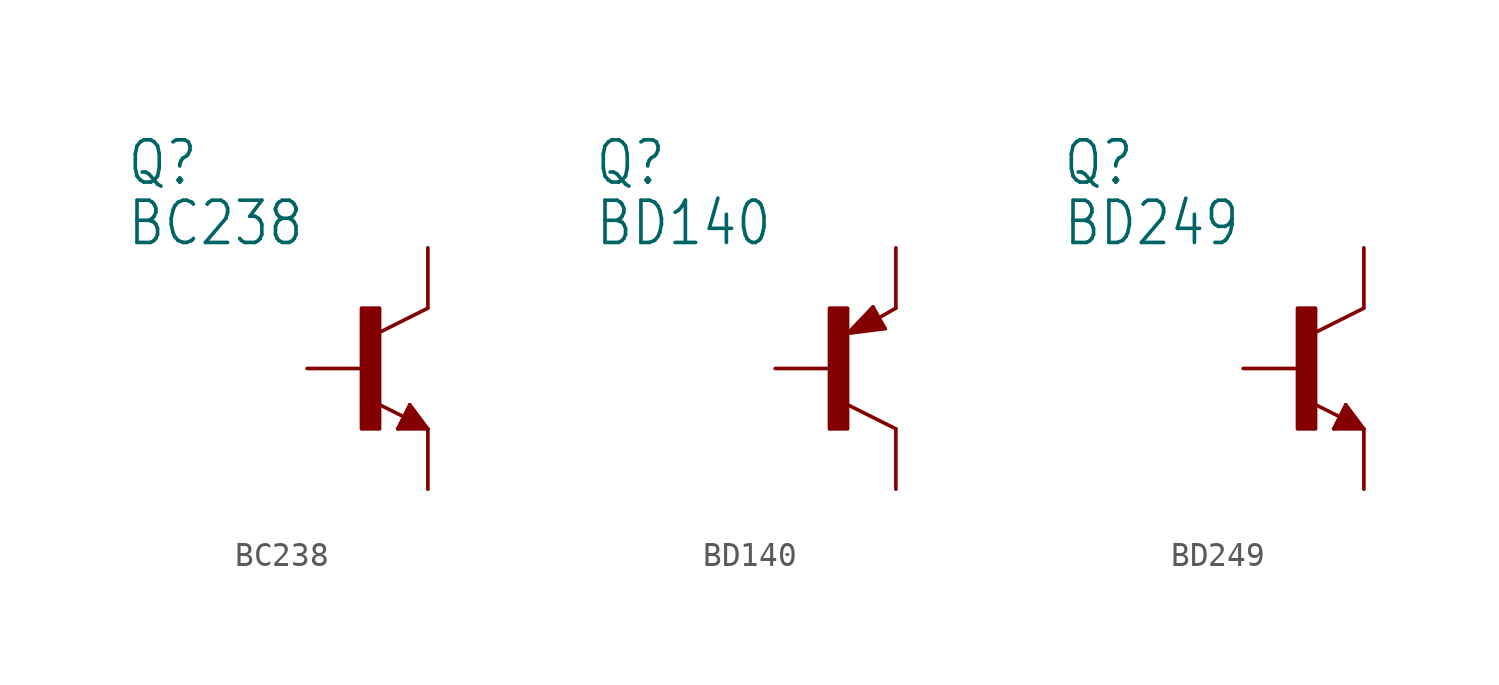
<source format=kicad_sym>
(kicad_symbol_lib
  (version 20211014)
  (generator kicad_symbol_editor)
  (symbol "BC238"
    (property "Reference" "Q"
      (at -10.16 7.62 0)
      (effects (font (size 1.778 1.511)) (justify left bottom)))
    (property "Value" "BC238"
      (at -10.16 5.08 0)
      (effects (font (size 1.778 1.511)) (justify left bottom)))
    (property "ki_locked" ""
      (at 0 0 0)
      (effects (font (size 1.27 1.27))))
    (symbol "BC238_1_0"
      (rectangle (start -0.254 -2.54) (end 0.508 2.54) (stroke (width 0) (type default) (color 0 0 0 0)) (fill (type outline)))
      (polyline (pts (xy 1.27 -2.54) (xy 1.778 -1.524)) (stroke (width 0.152) (type default) (color 0 0 0 0)) (fill (type none)))
      (polyline (pts (xy 1.524 -2.413) (xy 2.286 -2.413)) (stroke (width 0.254) (type default) (color 0 0 0 0)) (fill (type none)))
      (polyline (pts (xy 1.524 -2.286) (xy 1.905 -2.286)) (stroke (width 0.254) (type default) (color 0 0 0 0)) (fill (type none)))
      (polyline (pts (xy 1.54 -2.04) (xy 0.308 -1.424)) (stroke (width 0.152) (type default) (color 0 0 0 0)) (fill (type none)))
      (polyline (pts (xy 1.778 -1.778) (xy 1.524 -2.286)) (stroke (width 0.254) (type default) (color 0 0 0 0)) (fill (type none)))
      (polyline (pts (xy 1.778 -1.524) (xy 2.54 -2.54)) (stroke (width 0.152) (type default) (color 0 0 0 0)) (fill (type none)))
      (polyline (pts (xy 1.905 -2.286) (xy 1.778 -2.032)) (stroke (width 0.254) (type default) (color 0 0 0 0)) (fill (type none)))
      (polyline (pts (xy 2.286 -2.413) (xy 1.778 -1.778)) (stroke (width 0.254) (type default) (color 0 0 0 0)) (fill (type none)))
      (polyline (pts (xy 2.54 -2.54) (xy 1.27 -2.54)) (stroke (width 0.152) (type default) (color 0 0 0 0)) (fill (type none)))
      (polyline (pts (xy 2.54 2.54) (xy 0.508 1.524)) (stroke (width 0.152) (type default) (color 0 0 0 0)) (fill (type none)))
      (pin passive line (at 2.54 -5.08 90) (length 2.54) (name "E" (effects (font (size 0 0)))) (number "1" (effects (font (size 0 0)))))
      (pin passive line (at -2.54 0 0) (length 2.54) (name "B" (effects (font (size 0 0)))) (number "2" (effects (font (size 0 0)))))
      (pin passive line (at 2.54 5.08 270) (length 2.54) (name "C" (effects (font (size 0 0)))) (number "3" (effects (font (size 0 0)))))))
  (symbol "BD140"
    (property "Reference" "Q"
      (at -10.16 7.62 0)
      (effects (font (size 1.778 1.511)) (justify left bottom)))
    (property "Value" "BD140"
      (at -10.16 5.08 0)
      (effects (font (size 1.778 1.511)) (justify left bottom)))
    (property "ki_locked" ""
      (at 0 0 0)
      (effects (font (size 1.27 1.27))))
    (symbol "BD140_1_0"
      (rectangle (start -0.254 -2.54) (end 0.508 2.54) (stroke (width 0) (type default) (color 0 0 0 0)) (fill (type outline)))
      (polyline (pts (xy 0.516 1.478) (xy 2.086 1.678)) (stroke (width 0.152) (type default) (color 0 0 0 0)) (fill (type none)))
      (polyline (pts (xy 0.762 1.651) (xy 1.778 1.778)) (stroke (width 0.254) (type default) (color 0 0 0 0)) (fill (type none)))
      (polyline (pts (xy 1.143 1.905) (xy 1.524 1.905)) (stroke (width 0.254) (type default) (color 0 0 0 0)) (fill (type none)))
      (polyline (pts (xy 1.524 2.159) (xy 1.143 1.905)) (stroke (width 0.254) (type default) (color 0 0 0 0)) (fill (type none)))
      (polyline (pts (xy 1.524 2.413) (xy 0.762 1.651)) (stroke (width 0.254) (type default) (color 0 0 0 0)) (fill (type none)))
      (polyline (pts (xy 1.578 2.594) (xy 0.516 1.478)) (stroke (width 0.152) (type default) (color 0 0 0 0)) (fill (type none)))
      (polyline (pts (xy 1.778 1.778) (xy 1.524 2.159)) (stroke (width 0.254) (type default) (color 0 0 0 0)) (fill (type none)))
      (polyline (pts (xy 1.905 1.778) (xy 1.524 2.413)) (stroke (width 0.254) (type default) (color 0 0 0 0)) (fill (type none)))
      (polyline (pts (xy 2.086 1.678) (xy 1.578 2.594)) (stroke (width 0.152) (type default) (color 0 0 0 0)) (fill (type none)))
      (polyline (pts (xy 2.54 -2.54) (xy 0.508 -1.524)) (stroke (width 0.152) (type default) (color 0 0 0 0)) (fill (type none)))
      (polyline (pts (xy 2.54 2.54) (xy 1.808 2.124)) (stroke (width 0.152) (type default) (color 0 0 0 0)) (fill (type none)))
      (pin passive line (at 2.54 5.08 270) (length 2.54) (name "E" (effects (font (size 0 0)))) (number "1" (effects (font (size 0 0)))))
      (pin passive line (at 2.54 -5.08 90) (length 2.54) (name "C" (effects (font (size 0 0)))) (number "2" (effects (font (size 0 0)))))
      (pin passive line (at -2.54 0 0) (length 2.54) (name "B" (effects (font (size 0 0)))) (number "3" (effects (font (size 0 0)))))))
  (symbol "BD249"
    (property "Reference" "Q"
      (at -10.16 7.62 0)
      (effects (font (size 1.778 1.511)) (justify left bottom)))
    (property "Value" "BD249"
      (at -10.16 5.08 0)
      (effects (font (size 1.778 1.511)) (justify left bottom)))
    (property "ki_locked" ""
      (at 0 0 0)
      (effects (font (size 1.27 1.27))))
    (symbol "BD249_1_0"
      (rectangle (start -0.254 -2.54) (end 0.508 2.54) (stroke (width 0) (type default) (color 0 0 0 0)) (fill (type outline)))
      (polyline (pts (xy 1.27 -2.54) (xy 1.778 -1.524)) (stroke (width 0.152) (type default) (color 0 0 0 0)) (fill (type none)))
      (polyline (pts (xy 1.524 -2.413) (xy 2.286 -2.413)) (stroke (width 0.254) (type default) (color 0 0 0 0)) (fill (type none)))
      (polyline (pts (xy 1.524 -2.286) (xy 1.905 -2.286)) (stroke (width 0.254) (type default) (color 0 0 0 0)) (fill (type none)))
      (polyline (pts (xy 1.54 -2.04) (xy 0.308 -1.424)) (stroke (width 0.152) (type default) (color 0 0 0 0)) (fill (type none)))
      (polyline (pts (xy 1.778 -1.778) (xy 1.524 -2.286)) (stroke (width 0.254) (type default) (color 0 0 0 0)) (fill (type none)))
      (polyline (pts (xy 1.778 -1.524) (xy 2.54 -2.54)) (stroke (width 0.152) (type default) (color 0 0 0 0)) (fill (type none)))
      (polyline (pts (xy 1.905 -2.286) (xy 1.778 -2.032)) (stroke (width 0.254) (type default) (color 0 0 0 0)) (fill (type none)))
      (polyline (pts (xy 2.286 -2.413) (xy 1.778 -1.778)) (stroke (width 0.254) (type default) (color 0 0 0 0)) (fill (type none)))
      (polyline (pts (xy 2.54 -2.54) (xy 1.27 -2.54)) (stroke (width 0.152) (type default) (color 0 0 0 0)) (fill (type none)))
      (polyline (pts (xy 2.54 2.54) (xy 0.508 1.524)) (stroke (width 0.152) (type default) (color 0 0 0 0)) (fill (type none)))
      (pin passive line (at -2.54 0 0) (length 2.54) (name "B" (effects (font (size 0 0)))) (number "1" (effects (font (size 0 0)))))
      (pin passive line (at 2.54 5.08 270) (length 2.54) (name "C" (effects (font (size 0 0)))) (number "2" (effects (font (size 0 0)))))
      (pin passive line (at 2.54 -5.08 90) (length 2.54) (name "E" (effects (font (size 0 0)))) (number "3" (effects (font (size 0 0))))))))
</source>
